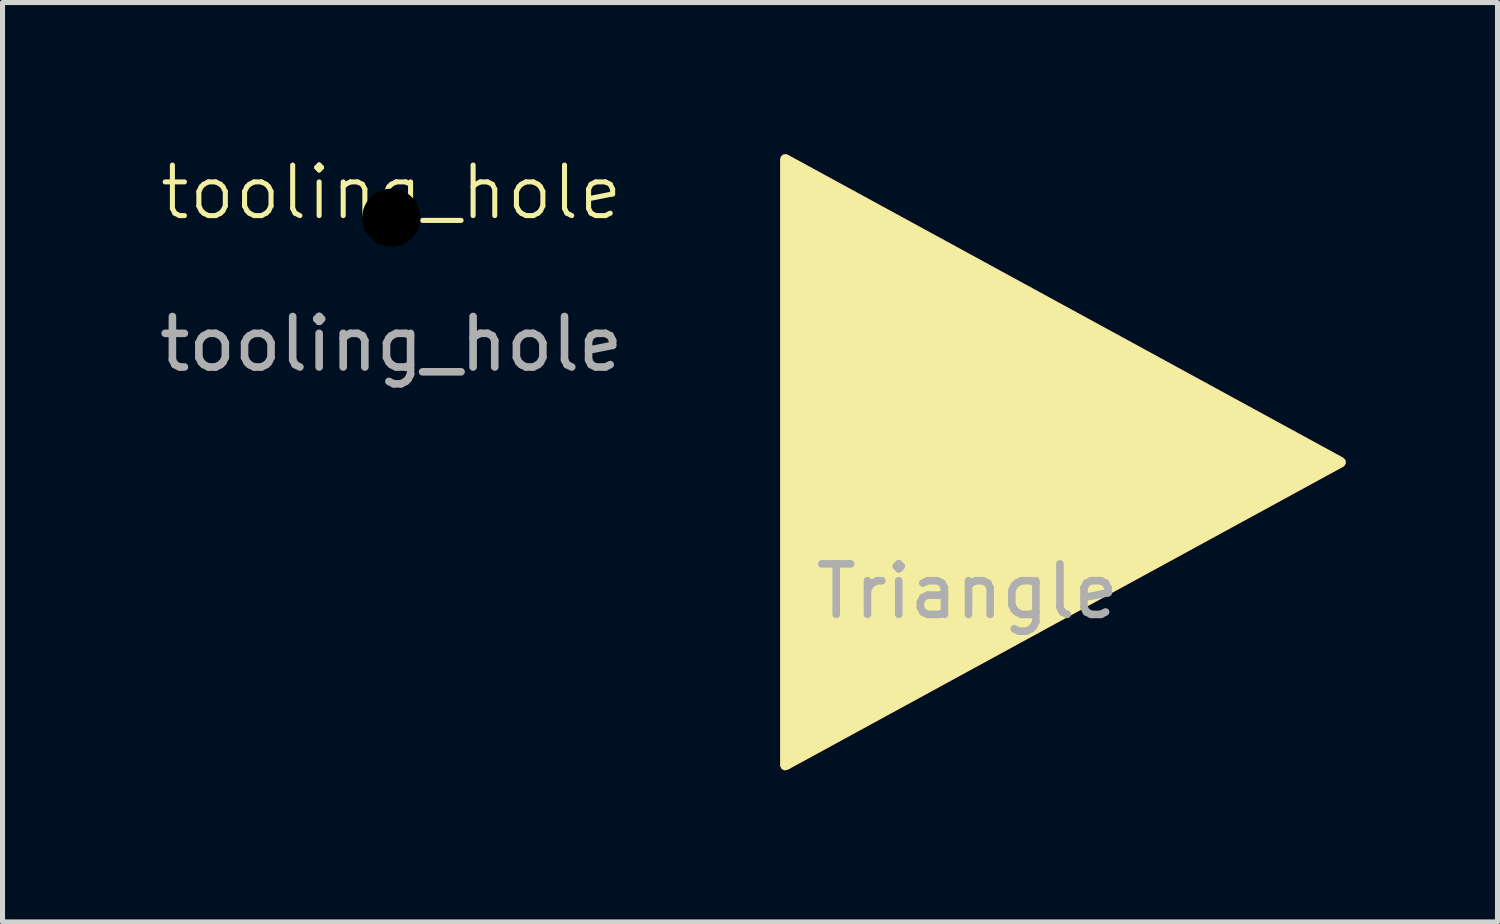
<source format=kicad_pcb>
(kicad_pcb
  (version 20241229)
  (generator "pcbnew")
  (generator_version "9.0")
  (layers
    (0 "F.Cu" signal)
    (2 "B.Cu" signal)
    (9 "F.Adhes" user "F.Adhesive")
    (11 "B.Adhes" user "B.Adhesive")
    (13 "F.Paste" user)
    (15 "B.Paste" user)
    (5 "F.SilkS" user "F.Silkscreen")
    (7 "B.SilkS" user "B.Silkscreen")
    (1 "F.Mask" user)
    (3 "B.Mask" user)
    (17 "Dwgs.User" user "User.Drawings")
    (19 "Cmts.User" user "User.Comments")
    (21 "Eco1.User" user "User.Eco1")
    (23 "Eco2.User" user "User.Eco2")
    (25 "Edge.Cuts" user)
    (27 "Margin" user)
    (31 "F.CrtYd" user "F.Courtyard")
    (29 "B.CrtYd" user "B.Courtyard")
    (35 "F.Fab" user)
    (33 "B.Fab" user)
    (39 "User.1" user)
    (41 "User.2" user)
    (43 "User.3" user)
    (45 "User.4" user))
  (footprint "tooling_hole"
    (layer "F.Cu")
    (at 4.696 1.26)
    (property "Reference" "tooling_hole" (at 0 -0.5 0) (unlocked yes) (layer "F.SilkS") (effects (font (size 1 1) (thickness 0.1))))
    (attr through_hole)
    (fp_text user "${REFERENCE}" (at 0 2.5 0) (unlocked yes) (layer "F.Fab") (effects (font (size 1 1) (thickness 0.15))))
    (pad "" np_thru_hole circle (at 0 0) (size 1.3 1.3) (drill 1.152) (layers "*.Mask"))
    (zone (net_name "") (layers "F.Cu" "B.Cu" "Dwgs.User") (hatch edge 0.5) (connect_pads) (min_thickness 0.25) (filled_areas_thickness no) (keepout (tracks not_allowed) (vias not_allowed) (pads not_allowed) (copperpour not_allowed) (footprints not_allowed)) (placement (enabled no)) (fill) (polygon (pts (xy 4.862 0.534) (xy 5.02 0.589) (xy 5.161 0.678) (xy 5.279 0.796) (xy 5.368 0.937) (xy 5.423 1.095) (xy 5.441 1.26) (xy 5.423 1.426) (xy 5.368 1.584) (xy 5.279 1.725) (xy 5.161 1.843) (xy 5.02 1.932) (xy 4.862 1.987) (xy 4.696 2.006) (xy 4.531 1.987) (xy 4.373 1.932) (xy 4.232 1.843) (xy 4.114 1.725) (xy 4.025 1.584) (xy 3.97 1.426) (xy 3.951 1.26) (xy 3.97 1.095) (xy 4.025 0.937) (xy 4.114 0.796) (xy 4.232 0.678) (xy 4.373 0.589) (xy 4.531 0.534) (xy 4.696 0.515)))))
  (footprint "Triangle"
    (layer "F.Cu")
    (at 16.098 6.157)
    (property "Reference" "Triangle" (at 0 -0.5 0) (unlocked yes) (layer "F.SilkS") (effects (font (size 1 1) (thickness 0.1))))
    (attr smd)
    (fp_text user "${REFERENCE}" (at 0 2.5 0) (unlocked yes) (layer "F.Fab") (effects (font (size 1 1) (thickness 0.15))))
    (pad "1" smd custom (at 0 0) (size 2.9 2.9) (layers "F.Cu" "F.SilkS") (options (anchor circle)) (primitives (gr_poly (pts (xy -2.7 -0.725) (xy -2.685 -0.872) (xy -2.632 -1.031) (xy -2.544 -1.175) (xy -2.425 -1.294) (xy -2.281 -1.382) (xy -2.122 -1.435) (xy -1.975 -1.45) (xy 1.975 -1.45) (xy 2.122 -1.435) (xy 2.281 -1.382) (xy 2.425 -1.294) (xy 2.544 -1.175) (xy 2.632 -1.031) (xy 2.685 -0.872) (xy 2.7 -0.725) (xy 2.7 0.725) (xy 2.685 0.872) (xy 2.632 1.031) (xy 2.544 1.175) (xy 2.425 1.294) (xy 2.281 1.382) (xy 2.122 1.435) (xy 1.975 1.45) (xy -1.975 1.45) (xy -2.122 1.435) (xy -2.281 1.382) (xy -2.425 1.294) (xy -2.544 1.175) (xy -2.632 1.031) (xy -2.685 0.872) (xy -2.7 0.725)) (width 0) (fill yes)) (gr_poly (pts (xy 7.395 -0.057) (xy -3.605 -6.057) (xy -3.605 5.943)) (width 0.2) (fill yes))))
    (zone (net_name "") (layer "In1.Cu") (hatch edge 0.5) (connect_pads) (min_thickness 0.25) (filled_areas_thickness no) (keepout (tracks not_allowed) (vias not_allowed) (pads allowed) (copperpour not_allowed) (footprints allowed)) (placement (enabled no)) (fill) (polygon (pts (xy 12.541 0.012) (xy 23.541 6.012) (xy 23.583 6.057) (xy 23.591 6.118) (xy 23.562 6.173) (xy 23.541 6.188) (xy 12.541 12.188) (xy 12.48 12.199) (xy 12.424 12.173) (xy 12.395 12.118) (xy 12.393 12.1) (xy 12.393 0.1) (xy 12.412 0.041) (xy 12.462 0.005) (xy 12.524 0.005)))))
  (gr_rect
    (start -3 -3)
    (end 26.593 15.2)
    (stroke (width 0.1) (type default))
    (fill no)
    (layer "Edge.Cuts")))
</source>
